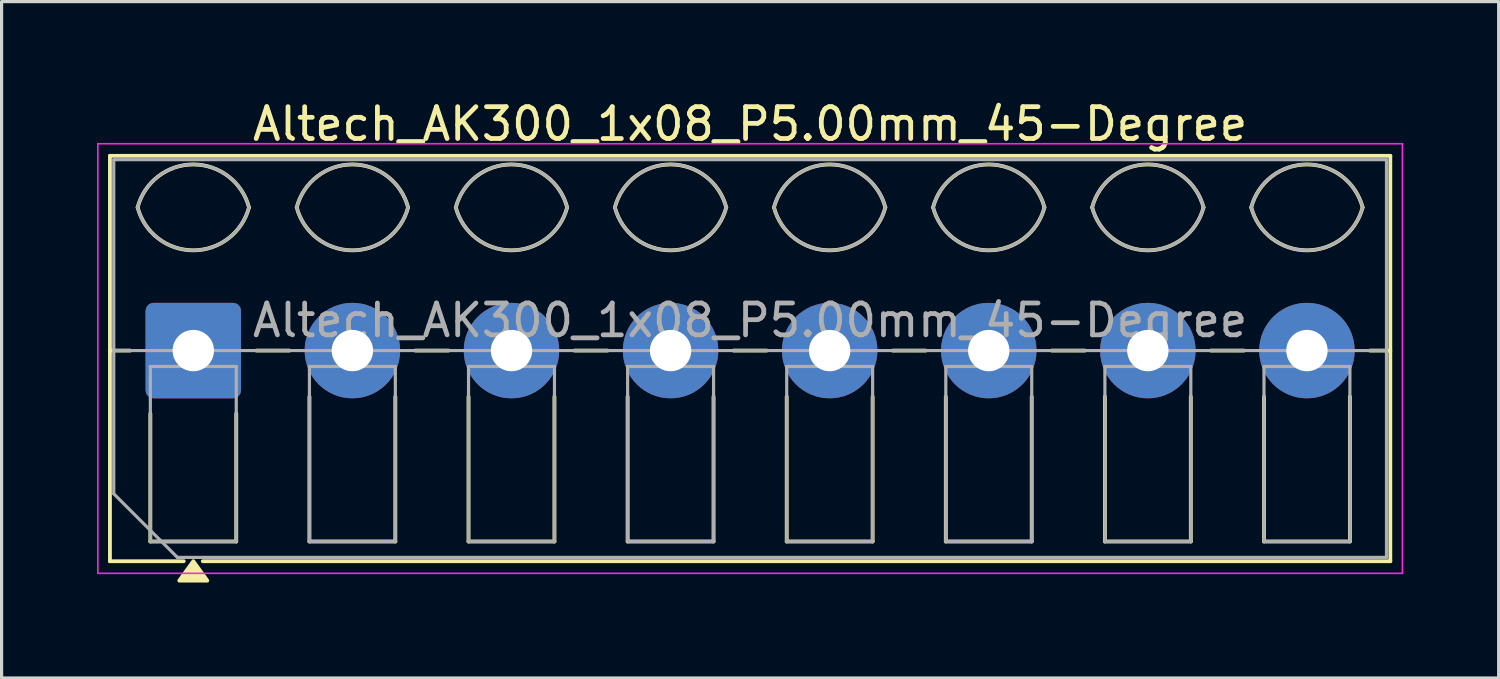
<source format=kicad_pcb>
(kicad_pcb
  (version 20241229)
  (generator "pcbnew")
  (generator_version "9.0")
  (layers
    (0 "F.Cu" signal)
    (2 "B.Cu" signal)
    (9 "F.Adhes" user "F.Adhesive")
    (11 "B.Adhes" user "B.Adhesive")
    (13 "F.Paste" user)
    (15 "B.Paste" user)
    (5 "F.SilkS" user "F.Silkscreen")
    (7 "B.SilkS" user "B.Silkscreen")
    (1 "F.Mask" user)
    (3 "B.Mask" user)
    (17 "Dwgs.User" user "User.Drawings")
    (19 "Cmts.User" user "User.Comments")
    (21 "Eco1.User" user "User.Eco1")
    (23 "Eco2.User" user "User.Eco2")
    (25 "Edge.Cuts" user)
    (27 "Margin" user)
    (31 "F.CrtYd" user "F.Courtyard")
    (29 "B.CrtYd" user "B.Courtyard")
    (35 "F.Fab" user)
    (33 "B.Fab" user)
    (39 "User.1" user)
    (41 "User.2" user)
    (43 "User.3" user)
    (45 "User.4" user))
  (footprint "Altech_AK300_1x08_P5.00mm_45-Degree"
    (layer "F.Cu")
    (at 3.025 7.968)
    (property "Reference" "Altech_AK300_1x08_P5.00mm_45-Degree" (at 17.5 -7.12 0) (layer "F.SilkS") (effects (font (size 1 1) (thickness 0.15))))
    (attr through_hole)
    (fp_line (start -2.62 -6.12) (end 37.62 -6.12) (stroke (width 0.12) (type solid)) (layer "F.SilkS"))
    (fp_line (start -2.62 0) (end -1.98 0) (stroke (width 0.12) (type solid)) (layer "F.SilkS"))
    (fp_line (start -2.62 6.62) (end -2.62 -6.12) (stroke (width 0.12) (type solid)) (layer "F.SilkS"))
    (fp_line (start -1.35 6) (end -1.35 1.98) (stroke (width 0.12) (type solid)) (layer "F.SilkS"))
    (fp_line (start -0.3 6.62) (end -2.62 6.62) (stroke (width 0.12) (type solid)) (layer "F.SilkS"))
    (fp_line (start 1.35 1.98) (end 1.35 6) (stroke (width 0.12) (type solid)) (layer "F.SilkS"))
    (fp_line (start 1.35 6) (end -1.35 6) (stroke (width 0.12) (type solid)) (layer "F.SilkS"))
    (fp_line (start 1.98 0) (end 3.02 0) (stroke (width 0.12) (type solid)) (layer "F.SilkS"))
    (fp_line (start 3.65 6) (end 3.65 1.448) (stroke (width 0.12) (type solid)) (layer "F.SilkS"))
    (fp_line (start 6.35 1.448) (end 6.35 6) (stroke (width 0.12) (type solid)) (layer "F.SilkS"))
    (fp_line (start 6.35 6) (end 3.65 6) (stroke (width 0.12) (type solid)) (layer "F.SilkS"))
    (fp_line (start 6.98 0) (end 8.02 0) (stroke (width 0.12) (type solid)) (layer "F.SilkS"))
    (fp_line (start 8.65 6) (end 8.65 1.448) (stroke (width 0.12) (type solid)) (layer "F.SilkS"))
    (fp_line (start 11.35 1.448) (end 11.35 6) (stroke (width 0.12) (type solid)) (layer "F.SilkS"))
    (fp_line (start 11.35 6) (end 8.65 6) (stroke (width 0.12) (type solid)) (layer "F.SilkS"))
    (fp_line (start 11.98 0) (end 13.02 0) (stroke (width 0.12) (type solid)) (layer "F.SilkS"))
    (fp_line (start 13.65 6) (end 13.65 1.448) (stroke (width 0.12) (type solid)) (layer "F.SilkS"))
    (fp_line (start 16.35 1.448) (end 16.35 6) (stroke (width 0.12) (type solid)) (layer "F.SilkS"))
    (fp_line (start 16.35 6) (end 13.65 6) (stroke (width 0.12) (type solid)) (layer "F.SilkS"))
    (fp_line (start 16.98 0) (end 18.02 0) (stroke (width 0.12) (type solid)) (layer "F.SilkS"))
    (fp_line (start 18.65 6) (end 18.65 1.448) (stroke (width 0.12) (type solid)) (layer "F.SilkS"))
    (fp_line (start 21.35 1.448) (end 21.35 6) (stroke (width 0.12) (type solid)) (layer "F.SilkS"))
    (fp_line (start 21.35 6) (end 18.65 6) (stroke (width 0.12) (type solid)) (layer "F.SilkS"))
    (fp_line (start 21.98 0) (end 23.02 0) (stroke (width 0.12) (type solid)) (layer "F.SilkS"))
    (fp_line (start 23.65 6) (end 23.65 1.448) (stroke (width 0.12) (type solid)) (layer "F.SilkS"))
    (fp_line (start 26.35 1.448) (end 26.35 6) (stroke (width 0.12) (type solid)) (layer "F.SilkS"))
    (fp_line (start 26.35 6) (end 23.65 6) (stroke (width 0.12) (type solid)) (layer "F.SilkS"))
    (fp_line (start 26.98 0) (end 28.02 0) (stroke (width 0.12) (type solid)) (layer "F.SilkS"))
    (fp_line (start 28.65 6) (end 28.65 1.448) (stroke (width 0.12) (type solid)) (layer "F.SilkS"))
    (fp_line (start 31.35 1.448) (end 31.35 6) (stroke (width 0.12) (type solid)) (layer "F.SilkS"))
    (fp_line (start 31.35 6) (end 28.65 6) (stroke (width 0.12) (type solid)) (layer "F.SilkS"))
    (fp_line (start 31.98 0) (end 33.02 0) (stroke (width 0.12) (type solid)) (layer "F.SilkS"))
    (fp_line (start 33.65 6) (end 33.65 1.448) (stroke (width 0.12) (type solid)) (layer "F.SilkS"))
    (fp_line (start 36.35 1.448) (end 36.35 6) (stroke (width 0.12) (type solid)) (layer "F.SilkS"))
    (fp_line (start 36.35 6) (end 33.65 6) (stroke (width 0.12) (type solid)) (layer "F.SilkS"))
    (fp_line (start 36.98 0) (end 37.62 0) (stroke (width 0.12) (type solid)) (layer "F.SilkS"))
    (fp_line (start 37.62 -6.12) (end 37.62 6.62) (stroke (width 0.12) (type solid)) (layer "F.SilkS"))
    (fp_line (start 37.62 6.62) (end 0.3 6.62) (stroke (width 0.12) (type solid)) (layer "F.SilkS"))
    (fp_arc (start -1.75 -4.5) (mid 0 -5.85) (end 1.75 -4.5) (stroke (width 0.12) (type solid)) (layer "F.SilkS"))
    (fp_arc (start 1.75 -4.5) (mid 0 -3.15) (end -1.75 -4.5) (stroke (width 0.12) (type solid)) (layer "F.SilkS"))
    (fp_arc (start 3.25 -4.5) (mid 5 -5.85) (end 6.75 -4.5) (stroke (width 0.12) (type solid)) (layer "F.SilkS"))
    (fp_arc (start 6.75 -4.5) (mid 5 -3.15) (end 3.25 -4.5) (stroke (width 0.12) (type solid)) (layer "F.SilkS"))
    (fp_arc (start 8.25 -4.5) (mid 10 -5.85) (end 11.75 -4.5) (stroke (width 0.12) (type solid)) (layer "F.SilkS"))
    (fp_arc (start 11.75 -4.5) (mid 10 -3.15) (end 8.25 -4.5) (stroke (width 0.12) (type solid)) (layer "F.SilkS"))
    (fp_arc (start 13.25 -4.5) (mid 15 -5.85) (end 16.75 -4.5) (stroke (width 0.12) (type solid)) (layer "F.SilkS"))
    (fp_arc (start 16.75 -4.5) (mid 15 -3.15) (end 13.25 -4.5) (stroke (width 0.12) (type solid)) (layer "F.SilkS"))
    (fp_arc (start 18.25 -4.5) (mid 20 -5.85) (end 21.75 -4.5) (stroke (width 0.12) (type solid)) (layer "F.SilkS"))
    (fp_arc (start 21.75 -4.5) (mid 20 -3.15) (end 18.25 -4.5) (stroke (width 0.12) (type solid)) (layer "F.SilkS"))
    (fp_arc (start 23.25 -4.5) (mid 25 -5.85) (end 26.75 -4.5) (stroke (width 0.12) (type solid)) (layer "F.SilkS"))
    (fp_arc (start 26.75 -4.5) (mid 25 -3.15) (end 23.25 -4.5) (stroke (width 0.12) (type solid)) (layer "F.SilkS"))
    (fp_arc (start 28.25 -4.5) (mid 30 -5.85) (end 31.75 -4.5) (stroke (width 0.12) (type solid)) (layer "F.SilkS"))
    (fp_arc (start 31.75 -4.5) (mid 30 -3.15) (end 28.25 -4.5) (stroke (width 0.12) (type solid)) (layer "F.SilkS"))
    (fp_arc (start 33.25 -4.5) (mid 35 -5.85) (end 36.75 -4.5) (stroke (width 0.12) (type solid)) (layer "F.SilkS"))
    (fp_arc (start 36.75 -4.5) (mid 35 -3.15) (end 33.25 -4.5) (stroke (width 0.12) (type solid)) (layer "F.SilkS"))
    (fp_poly (pts (xy 0 6.62) (xy 0.44 7.23) (xy -0.44 7.23)) (stroke (width 0.12) (type solid)) (fill yes) (layer "F.SilkS"))
    (fp_line (start -3 -6.5) (end -3 7) (stroke (width 0.05) (type solid)) (layer "F.CrtYd"))
    (fp_line (start -3 7) (end 38 7) (stroke (width 0.05) (type solid)) (layer "F.CrtYd"))
    (fp_line (start 38 -6.5) (end -3 -6.5) (stroke (width 0.05) (type solid)) (layer "F.CrtYd"))
    (fp_line (start 38 7) (end 38 -6.5) (stroke (width 0.05) (type solid)) (layer "F.CrtYd"))
    (fp_line (start -2.5 -6) (end 37.5 -6) (stroke (width 0.1) (type solid)) (layer "F.Fab"))
    (fp_line (start -2.5 0) (end 37.5 0) (stroke (width 0.1) (type solid)) (layer "F.Fab"))
    (fp_line (start -2.5 4.5) (end -2.5 -6) (stroke (width 0.1) (type solid)) (layer "F.Fab"))
    (fp_line (start -1.35 0.5) (end -1.35 6) (stroke (width 0.1) (type solid)) (layer "F.Fab"))
    (fp_line (start -1.35 6) (end 1.35 6) (stroke (width 0.1) (type solid)) (layer "F.Fab"))
    (fp_line (start -0.5 6.5) (end -2.5 4.5) (stroke (width 0.1) (type solid)) (layer "F.Fab"))
    (fp_line (start 1.35 0.5) (end -1.35 0.5) (stroke (width 0.1) (type solid)) (layer "F.Fab"))
    (fp_line (start 1.35 6) (end 1.35 0.5) (stroke (width 0.1) (type solid)) (layer "F.Fab"))
    (fp_line (start 3.65 0.5) (end 3.65 6) (stroke (width 0.1) (type solid)) (layer "F.Fab"))
    (fp_line (start 3.65 6) (end 6.35 6) (stroke (width 0.1) (type solid)) (layer "F.Fab"))
    (fp_line (start 6.35 0.5) (end 3.65 0.5) (stroke (width 0.1) (type solid)) (layer "F.Fab"))
    (fp_line (start 6.35 6) (end 6.35 0.5) (stroke (width 0.1) (type solid)) (layer "F.Fab"))
    (fp_line (start 8.65 0.5) (end 8.65 6) (stroke (width 0.1) (type solid)) (layer "F.Fab"))
    (fp_line (start 8.65 6) (end 11.351 6) (stroke (width 0.1) (type solid)) (layer "F.Fab"))
    (fp_line (start 11.351 0.5) (end 8.65 0.5) (stroke (width 0.1) (type solid)) (layer "F.Fab"))
    (fp_line (start 11.351 6) (end 11.351 0.5) (stroke (width 0.1) (type solid)) (layer "F.Fab"))
    (fp_line (start 13.65 0.5) (end 13.65 6) (stroke (width 0.1) (type solid)) (layer "F.Fab"))
    (fp_line (start 13.65 6) (end 16.351 6) (stroke (width 0.1) (type solid)) (layer "F.Fab"))
    (fp_line (start 16.351 0.5) (end 13.65 0.5) (stroke (width 0.1) (type solid)) (layer "F.Fab"))
    (fp_line (start 16.351 6) (end 16.351 0.5) (stroke (width 0.1) (type solid)) (layer "F.Fab"))
    (fp_line (start 18.65 0.5) (end 18.65 6) (stroke (width 0.1) (type solid)) (layer "F.Fab"))
    (fp_line (start 18.65 6) (end 21.35 6) (stroke (width 0.1) (type solid)) (layer "F.Fab"))
    (fp_line (start 21.35 0.5) (end 18.65 0.5) (stroke (width 0.1) (type solid)) (layer "F.Fab"))
    (fp_line (start 21.35 6) (end 21.35 0.5) (stroke (width 0.1) (type solid)) (layer "F.Fab"))
    (fp_line (start 23.65 0.5) (end 23.65 6) (stroke (width 0.1) (type solid)) (layer "F.Fab"))
    (fp_line (start 23.65 6) (end 26.35 6) (stroke (width 0.1) (type solid)) (layer "F.Fab"))
    (fp_line (start 26.35 0.5) (end 23.65 0.5) (stroke (width 0.1) (type solid)) (layer "F.Fab"))
    (fp_line (start 26.35 6) (end 26.35 0.5) (stroke (width 0.1) (type solid)) (layer "F.Fab"))
    (fp_line (start 28.65 0.5) (end 28.65 6) (stroke (width 0.1) (type solid)) (layer "F.Fab"))
    (fp_line (start 28.65 6) (end 31.35 6) (stroke (width 0.1) (type solid)) (layer "F.Fab"))
    (fp_line (start 31.35 0.5) (end 28.65 0.5) (stroke (width 0.1) (type solid)) (layer "F.Fab"))
    (fp_line (start 31.35 6) (end 31.35 0.5) (stroke (width 0.1) (type solid)) (layer "F.Fab"))
    (fp_line (start 33.65 0.5) (end 33.65 6) (stroke (width 0.1) (type solid)) (layer "F.Fab"))
    (fp_line (start 33.65 6) (end 36.35 6) (stroke (width 0.1) (type solid)) (layer "F.Fab"))
    (fp_line (start 36.35 0.5) (end 33.65 0.5) (stroke (width 0.1) (type solid)) (layer "F.Fab"))
    (fp_line (start 36.35 6) (end 36.35 0.5) (stroke (width 0.1) (type solid)) (layer "F.Fab"))
    (fp_line (start 37.5 -6) (end 37.5 6.5) (stroke (width 0.1) (type solid)) (layer "F.Fab"))
    (fp_line (start 37.5 6.5) (end -0.5 6.5) (stroke (width 0.1) (type solid)) (layer "F.Fab"))
    (fp_arc (start -1.75 -4.5) (mid 0 -5.85) (end 1.75 -4.5) (stroke (width 0.1) (type solid)) (layer "F.Fab"))
    (fp_arc (start 1.75 -4.5) (mid 0 -3.15) (end -1.75 -4.5) (stroke (width 0.1) (type solid)) (layer "F.Fab"))
    (fp_arc (start 3.25 -4.5) (mid 5 -5.85) (end 6.75 -4.5) (stroke (width 0.1) (type solid)) (layer "F.Fab"))
    (fp_arc (start 6.75 -4.5) (mid 5 -3.15) (end 3.25 -4.5) (stroke (width 0.1) (type solid)) (layer "F.Fab"))
    (fp_arc (start 8.25 -4.5) (mid 10 -5.85) (end 11.75 -4.5) (stroke (width 0.1) (type solid)) (layer "F.Fab"))
    (fp_arc (start 11.75 -4.5) (mid 10 -3.15) (end 8.25 -4.5) (stroke (width 0.1) (type solid)) (layer "F.Fab"))
    (fp_arc (start 13.25 -4.5) (mid 15 -5.85) (end 16.75 -4.5) (stroke (width 0.1) (type solid)) (layer "F.Fab"))
    (fp_arc (start 16.75 -4.5) (mid 15 -3.15) (end 13.25 -4.5) (stroke (width 0.1) (type solid)) (layer "F.Fab"))
    (fp_arc (start 18.25 -4.5) (mid 20 -5.85) (end 21.75 -4.5) (stroke (width 0.1) (type solid)) (layer "F.Fab"))
    (fp_arc (start 21.75 -4.5) (mid 20 -3.15) (end 18.25 -4.5) (stroke (width 0.1) (type solid)) (layer "F.Fab"))
    (fp_arc (start 23.25 -4.5) (mid 25 -5.85) (end 26.75 -4.5) (stroke (width 0.1) (type solid)) (layer "F.Fab"))
    (fp_arc (start 26.75 -4.5) (mid 25 -3.15) (end 23.25 -4.5) (stroke (width 0.1) (type solid)) (layer "F.Fab"))
    (fp_arc (start 28.25 -4.5) (mid 30 -5.85) (end 31.75 -4.5) (stroke (width 0.1) (type solid)) (layer "F.Fab"))
    (fp_arc (start 31.75 -4.5) (mid 30 -3.15) (end 28.25 -4.5) (stroke (width 0.1) (type solid)) (layer "F.Fab"))
    (fp_arc (start 33.25 -4.5) (mid 35 -5.85) (end 36.75 -4.5) (stroke (width 0.1) (type solid)) (layer "F.Fab"))
    (fp_arc (start 36.75 -4.5) (mid 35 -3.15) (end 33.25 -4.5) (stroke (width 0.1) (type solid)) (layer "F.Fab"))
    (fp_text user "${REFERENCE}" (at 17.5 -0.95 0) (layer "F.Fab") (effects (font (size 1 1) (thickness 0.15))))
    (pad "1" thru_hole roundrect (at 0 0) (size 3 3) (drill 1.3) (layers "*.Cu" "*.Mask") (roundrect_rratio 0.083))
    (pad "2" thru_hole circle (at 5 0) (size 3 3) (drill 1.3) (layers "*.Cu" "*.Mask"))
    (pad "3" thru_hole circle (at 10 0) (size 3 3) (drill 1.3) (layers "*.Cu" "*.Mask"))
    (pad "4" thru_hole circle (at 15 0) (size 3 3) (drill 1.3) (layers "*.Cu" "*.Mask"))
    (pad "5" thru_hole circle (at 20 0) (size 3 3) (drill 1.3) (layers "*.Cu" "*.Mask"))
    (pad "6" thru_hole circle (at 25 0) (size 3 3) (drill 1.3) (layers "*.Cu" "*.Mask"))
    (pad "7" thru_hole circle (at 30 0) (size 3 3) (drill 1.3) (layers "*.Cu" "*.Mask"))
    (pad "8" thru_hole circle (at 35 0) (size 3 3) (drill 1.3) (layers "*.Cu" "*.Mask")))
  (gr_rect
    (start -3 -3)
    (end 44.05 18.258)
    (stroke (width 0.1) (type default))
    (fill no)
    (layer "Edge.Cuts")))
</source>
